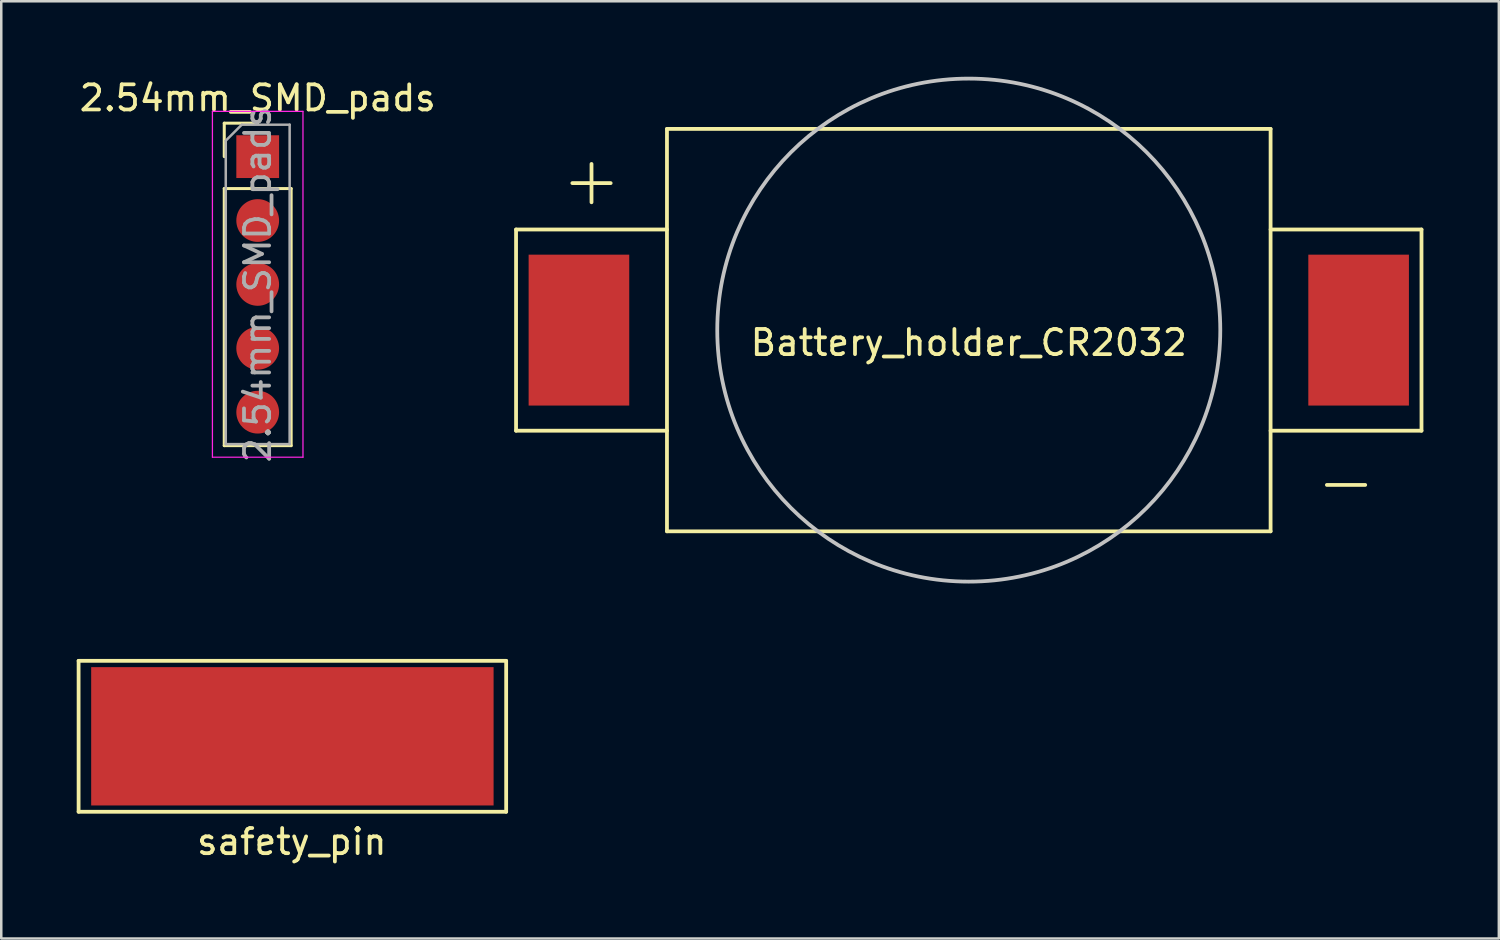
<source format=kicad_pcb>
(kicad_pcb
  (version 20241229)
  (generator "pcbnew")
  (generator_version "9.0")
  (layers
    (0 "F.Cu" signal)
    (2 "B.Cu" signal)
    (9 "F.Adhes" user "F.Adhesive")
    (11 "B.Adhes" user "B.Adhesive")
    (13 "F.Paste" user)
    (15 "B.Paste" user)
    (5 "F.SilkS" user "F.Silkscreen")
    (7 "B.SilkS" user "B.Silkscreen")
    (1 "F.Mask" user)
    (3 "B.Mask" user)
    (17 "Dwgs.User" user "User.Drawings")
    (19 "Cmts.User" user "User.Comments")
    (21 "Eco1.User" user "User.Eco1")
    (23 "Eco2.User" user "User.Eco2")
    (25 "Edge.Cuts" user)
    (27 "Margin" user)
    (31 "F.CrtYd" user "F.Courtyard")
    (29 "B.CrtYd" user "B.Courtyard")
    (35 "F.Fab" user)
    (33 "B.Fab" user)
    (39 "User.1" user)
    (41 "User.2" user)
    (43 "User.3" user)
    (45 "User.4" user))
  (footprint "Battery_holder_CR2032"
    (layer "F.Cu")
    (at 35.468 10.075)
    (property "Reference" "Battery_holder_CR2032" (at 0 0.5 0) (layer "F.SilkS") (effects (font (size 1 1) (thickness 0.15))))
    (attr through_hole)
    (fp_line (start -18 -4) (end -18 4) (stroke (width 0.15) (type solid)) (layer "F.SilkS"))
    (fp_line (start -18 4) (end -12 4) (stroke (width 0.15) (type solid)) (layer "F.SilkS"))
    (fp_line (start -12 -8) (end 12 -8) (stroke (width 0.15) (type solid)) (layer "F.SilkS"))
    (fp_line (start -12 -4) (end -18 -4) (stroke (width 0.15) (type solid)) (layer "F.SilkS"))
    (fp_line (start -12 8) (end -12 -8) (stroke (width 0.15) (type solid)) (layer "F.SilkS"))
    (fp_line (start -12 8) (end 12 8) (stroke (width 0.15) (type solid)) (layer "F.SilkS"))
    (fp_line (start 12 -4) (end 18 -4) (stroke (width 0.15) (type solid)) (layer "F.SilkS"))
    (fp_line (start 12 8) (end 12 -8) (stroke (width 0.15) (type solid)) (layer "F.SilkS"))
    (fp_line (start 18 -4) (end 18 4) (stroke (width 0.15) (type solid)) (layer "F.SilkS"))
    (fp_line (start 18 4) (end 12 4) (stroke (width 0.15) (type solid)) (layer "F.SilkS"))
    (fp_circle (center 0 0) (end 10 0) (stroke (width 0.15) (type solid)) (fill no) (layer "Dwgs.User"))
    (fp_text user "-" (at 15 6 0) (layer "F.SilkS") (effects (font (size 2 2) (thickness 0.15))))
    (fp_text user "+" (at -15 -6 0) (layer "F.SilkS") (effects (font (size 2 2) (thickness 0.15))))
    (pad "1" smd rect (at -15.5 0) (size 4 6) (layers "F.Cu" "F.Mask" "F.Paste"))
    (pad "2" smd rect (at 15.5 0) (size 4 6) (layers "F.Cu" "F.Mask" "F.Paste")))
  (footprint "2.54mm_SMD_pads"
    (layer "F.Cu")
    (at 7.196 3.178)
    (property "Reference" "2.54mm_SMD_pads" (at 0 -2.33 0) (layer "F.SilkS") (effects (font (size 1 1) (thickness 0.15))))
    (attr through_hole)
    (fp_line (start -1.33 -1.33) (end 0 -1.33) (stroke (width 0.12) (type solid)) (layer "F.SilkS"))
    (fp_line (start -1.33 0) (end -1.33 -1.33) (stroke (width 0.12) (type solid)) (layer "F.SilkS"))
    (fp_line (start -1.33 1.27) (end -1.33 11.49) (stroke (width 0.12) (type solid)) (layer "F.SilkS"))
    (fp_line (start -1.33 1.27) (end 1.33 1.27) (stroke (width 0.12) (type solid)) (layer "F.SilkS"))
    (fp_line (start -1.33 11.49) (end 1.33 11.49) (stroke (width 0.12) (type solid)) (layer "F.SilkS"))
    (fp_line (start 1.33 1.27) (end 1.33 11.49) (stroke (width 0.12) (type solid)) (layer "F.SilkS"))
    (fp_line (start -1.8 -1.8) (end -1.8 11.95) (stroke (width 0.05) (type solid)) (layer "F.CrtYd"))
    (fp_line (start -1.8 11.95) (end 1.8 11.95) (stroke (width 0.05) (type solid)) (layer "F.CrtYd"))
    (fp_line (start 1.8 -1.8) (end -1.8 -1.8) (stroke (width 0.05) (type solid)) (layer "F.CrtYd"))
    (fp_line (start 1.8 11.95) (end 1.8 -1.8) (stroke (width 0.05) (type solid)) (layer "F.CrtYd"))
    (fp_line (start -1.27 -0.635) (end -0.635 -1.27) (stroke (width 0.1) (type solid)) (layer "F.Fab"))
    (fp_line (start -1.27 11.43) (end -1.27 -0.635) (stroke (width 0.1) (type solid)) (layer "F.Fab"))
    (fp_line (start -0.635 -1.27) (end 1.27 -1.27) (stroke (width 0.1) (type solid)) (layer "F.Fab"))
    (fp_line (start 1.27 -1.27) (end 1.27 11.43) (stroke (width 0.1) (type solid)) (layer "F.Fab"))
    (fp_line (start 1.27 11.43) (end -1.27 11.43) (stroke (width 0.1) (type solid)) (layer "F.Fab"))
    (fp_text user "${REFERENCE}" (at 0 5.08 90) (layer "F.Fab") (effects (font (size 1 1) (thickness 0.15))))
    (pad "1" smd rect (at 0 0) (size 1.7 1.7) (layers "F.Cu" "F.Mask" "F.Paste"))
    (pad "2" smd oval (at 0 2.54) (size 1.7 1.7) (layers "F.Cu" "F.Mask" "F.Paste"))
    (pad "3" smd oval (at 0 5.08) (size 1.7 1.7) (layers "F.Cu" "F.Mask" "F.Paste"))
    (pad "4" smd oval (at 0 7.62) (size 1.7 1.7) (layers "F.Cu" "F.Mask" "F.Paste"))
    (pad "5" smd oval (at 0 10.16) (size 1.7 1.7) (layers "F.Cu" "F.Mask" "F.Paste")))
  (footprint "safety_pin"
    (layer "F.Cu")
    (at 8.575 26.225)
    (property "Reference" "safety_pin" (at -0.025 4.191 0) (layer "F.SilkS") (effects (font (size 1 1) (thickness 0.15))))
    (attr through_hole)
    (fp_line (start -8.5 3) (end -8.5 -3) (stroke (width 0.15) (type solid)) (layer "F.SilkS"))
    (fp_line (start 8.5 -3) (end -8.5 -3) (stroke (width 0.15) (type solid)) (layer "F.SilkS"))
    (fp_line (start 8.5 3) (end -8.5 3) (stroke (width 0.15) (type solid)) (layer "F.SilkS"))
    (fp_line (start 8.5 3) (end 8.5 -3) (stroke (width 0.15) (type solid)) (layer "F.SilkS"))
    (pad "1" smd rect (at 0 0) (size 16 5.5) (layers "F.Cu" "F.Mask" "F.Paste")))
  (gr_rect
    (start -3 -3)
    (end 56.543 34.264)
    (stroke (width 0.1) (type default))
    (fill no)
    (layer "Edge.Cuts")))
</source>
